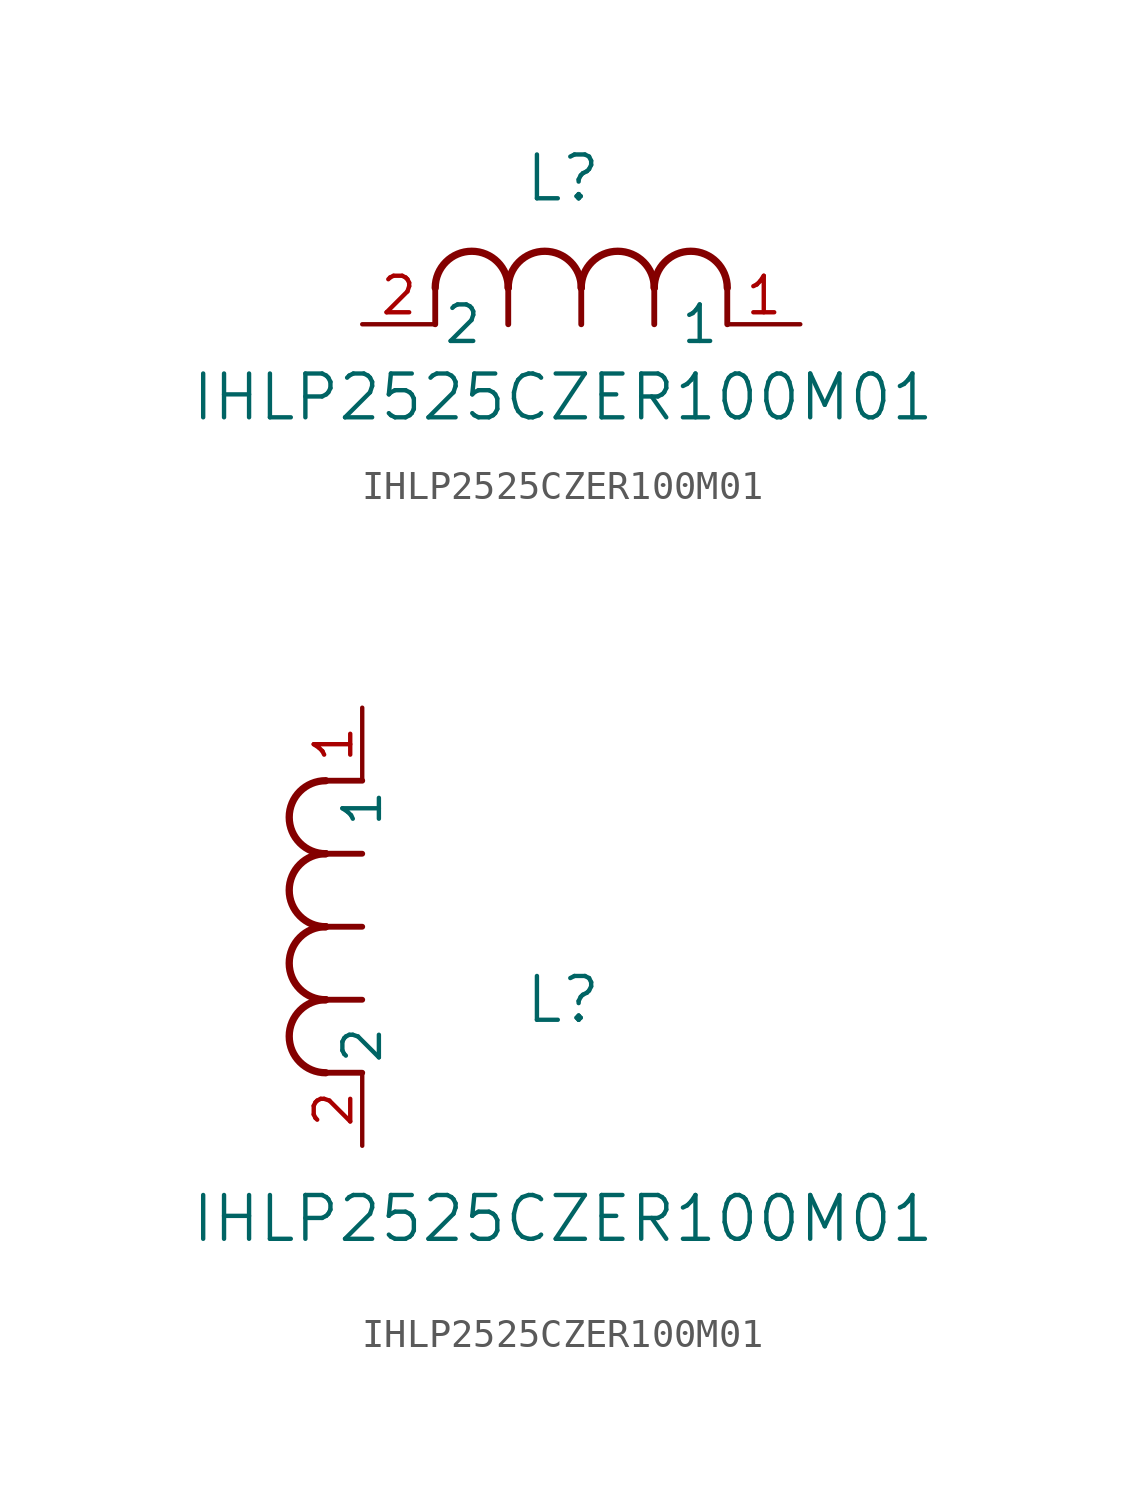
<source format=kicad_sym>
(kicad_symbol_lib
  (version 20211014)
  (generator kicad_symbol_editor)
  (symbol "IHLP2525CZER100M01"
    (pin_names
      (offset 0.254))
    (property "Reference" "L"
      (at 6.985 5.08 0)
      (effects (font (size 1.524 1.524))))
    (property "Value" "IHLP2525CZER100M01"
      (at 6.985 -2.54 0)
      (effects (font (size 1.524 1.524))))
    (symbol "IHLP2525CZER100M01_1_1"
      (arc (start 7.62 1.27) (mid 6.35 2.54) (end 5.08 1.27) (stroke (width 0.254) (type default) (color 0 0 0 0)) (fill (type none)))
      (polyline (pts (xy 5.08 0) (xy 5.08 1.27)) (stroke (width 0.203) (type default) (color 0 0 0 0)) (fill (type none)))
      (polyline (pts (xy 7.62 0) (xy 7.62 1.27)) (stroke (width 0.203) (type default) (color 0 0 0 0)) (fill (type none)))
      (polyline (pts (xy 12.7 0) (xy 12.7 1.27)) (stroke (width 0.203) (type default) (color 0 0 0 0)) (fill (type none)))
      (arc (start 5.08 1.27) (mid 3.81 2.54) (end 2.54 1.27) (stroke (width 0.254) (type default) (color 0 0 0 0)) (fill (type none)))
      (arc (start 10.16 1.27) (mid 8.89 2.54) (end 7.62 1.27) (stroke (width 0.254) (type default) (color 0 0 0 0)) (fill (type none)))
      (arc (start 12.7 1.27) (mid 11.43 2.54) (end 10.16 1.27) (stroke (width 0.254) (type default) (color 0 0 0 0)) (fill (type none)))
      (polyline (pts (xy 2.54 0) (xy 2.54 1.27)) (stroke (width 0.203) (type default) (color 0 0 0 0)) (fill (type none)))
      (polyline (pts (xy 10.16 0) (xy 10.16 1.27)) (stroke (width 0.203) (type default) (color 0 0 0 0)) (fill (type none)))
      (pin unspecified line (at 0 0 0) (length 2.54) (name "2" (effects (font (size 1.27 1.27)))) (number "2" (effects (font (size 1.27 1.27)))))
      (pin unspecified line (at 15.24 0 180) (length 2.54) (name "1" (effects (font (size 1.27 1.27)))) (number "1" (effects (font (size 1.27 1.27))))))
    (symbol "IHLP2525CZER100M01_1_2"
      (arc (start -1.27 7.62) (mid -2.54 6.35) (end -1.27 5.08) (stroke (width 0.254) (type default) (color 0 0 0 0)) (fill (type none)))
      (arc (start -1.27 5.08) (mid -2.54 3.81) (end -1.27 2.54) (stroke (width 0.254) (type default) (color 0 0 0 0)) (fill (type none)))
      (arc (start -1.27 12.7) (mid -2.54 11.43) (end -1.27 10.16) (stroke (width 0.254) (type default) (color 0 0 0 0)) (fill (type none)))
      (arc (start -1.27 10.16) (mid -2.54 8.89) (end -1.27 7.62) (stroke (width 0.254) (type default) (color 0 0 0 0)) (fill (type none)))
      (polyline (pts (xy 0 7.62) (xy -1.27 7.62)) (stroke (width 0.203) (type default) (color 0 0 0 0)) (fill (type none)))
      (polyline (pts (xy 0 5.08) (xy -1.27 5.08)) (stroke (width 0.203) (type default) (color 0 0 0 0)) (fill (type none)))
      (polyline (pts (xy 0 12.7) (xy -1.27 12.7)) (stroke (width 0.203) (type default) (color 0 0 0 0)) (fill (type none)))
      (polyline (pts (xy 0 2.54) (xy -1.27 2.54)) (stroke (width 0.203) (type default) (color 0 0 0 0)) (fill (type none)))
      (polyline (pts (xy 0 10.16) (xy -1.27 10.16)) (stroke (width 0.203) (type default) (color 0 0 0 0)) (fill (type none)))
      (pin unspecified line (at 0 0 90) (length 2.54) (name "2" (effects (font (size 1.27 1.27)))) (number "2" (effects (font (size 1.27 1.27)))))
      (pin unspecified line (at 0 15.24 270) (length 2.54) (name "1" (effects (font (size 1.27 1.27)))) (number "1" (effects (font (size 1.27 1.27))))))))
</source>
